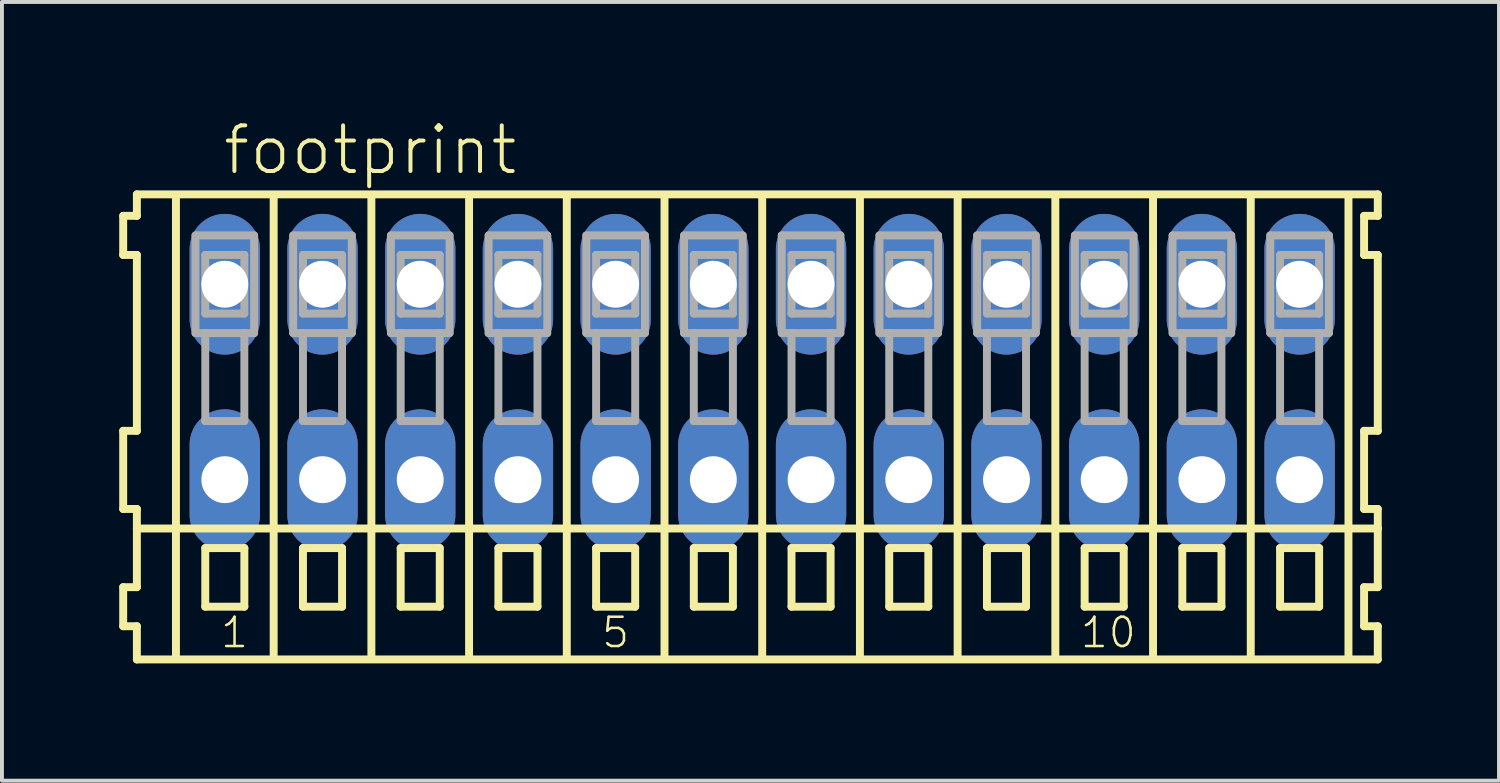
<source format=kicad_pcb>
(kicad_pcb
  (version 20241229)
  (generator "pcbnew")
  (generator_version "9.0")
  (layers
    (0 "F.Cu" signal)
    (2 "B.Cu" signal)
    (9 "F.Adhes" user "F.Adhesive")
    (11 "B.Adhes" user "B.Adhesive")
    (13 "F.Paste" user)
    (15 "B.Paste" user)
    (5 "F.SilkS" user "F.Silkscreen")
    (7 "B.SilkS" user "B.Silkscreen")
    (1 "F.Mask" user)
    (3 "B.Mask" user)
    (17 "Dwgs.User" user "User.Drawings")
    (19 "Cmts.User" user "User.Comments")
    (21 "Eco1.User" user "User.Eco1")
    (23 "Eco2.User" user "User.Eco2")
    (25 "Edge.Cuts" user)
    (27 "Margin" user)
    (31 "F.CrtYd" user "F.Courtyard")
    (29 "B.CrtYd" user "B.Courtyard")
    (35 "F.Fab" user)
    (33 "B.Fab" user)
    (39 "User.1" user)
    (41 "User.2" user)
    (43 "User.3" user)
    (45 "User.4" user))
  (footprint "footprint"
    (layer "F.Cu")
    (at 16.452 6.723)
    (property "Reference" "footprint" (at -13.85 -5.25 0) (layer "F.SilkS") (effects (font (size 1.168 1.168) (thickness 0.102)) (justify left bottom)))
    (fp_line (start -16.35 -4.25) (end -16.35 -3.25) (stroke (width 0.203) (type solid)) (layer "F.SilkS"))
    (fp_line (start -16.35 -3.25) (end -16 -3.25) (stroke (width 0.203) (type solid)) (layer "F.SilkS"))
    (fp_line (start -16.35 1.25) (end -16.35 3.25) (stroke (width 0.203) (type solid)) (layer "F.SilkS"))
    (fp_line (start -16.35 3.25) (end -16 3.25) (stroke (width 0.203) (type solid)) (layer "F.SilkS"))
    (fp_line (start -16.35 5.25) (end -16.35 6.25) (stroke (width 0.203) (type solid)) (layer "F.SilkS"))
    (fp_line (start -16.35 6.25) (end -16 6.25) (stroke (width 0.203) (type solid)) (layer "F.SilkS"))
    (fp_line (start -16 -4.8) (end -16 -4.25) (stroke (width 0.203) (type solid)) (layer "F.SilkS"))
    (fp_line (start -16 -4.25) (end -16.35 -4.25) (stroke (width 0.203) (type solid)) (layer "F.SilkS"))
    (fp_line (start -16 -3.25) (end -16 1.25) (stroke (width 0.203) (type solid)) (layer "F.SilkS"))
    (fp_line (start -16 1.25) (end -16.35 1.25) (stroke (width 0.203) (type solid)) (layer "F.SilkS"))
    (fp_line (start -16 3.25) (end -16 5.25) (stroke (width 0.203) (type solid)) (layer "F.SilkS"))
    (fp_line (start -16 3.75) (end 15.75 3.75) (stroke (width 0.203) (type solid)) (layer "F.SilkS"))
    (fp_line (start -16 5.25) (end -16.35 5.25) (stroke (width 0.203) (type solid)) (layer "F.SilkS"))
    (fp_line (start -16 6.25) (end -16 7.1) (stroke (width 0.203) (type solid)) (layer "F.SilkS"))
    (fp_line (start -16 7.1) (end 15.75 7.1) (stroke (width 0.203) (type solid)) (layer "F.SilkS"))
    (fp_line (start -15 -4.75) (end -15 7) (stroke (width 0.203) (type solid)) (layer "F.SilkS"))
    (fp_line (start -14.25 4.25) (end -14.25 5.75) (stroke (width 0.203) (type solid)) (layer "F.SilkS"))
    (fp_line (start -14.25 5.75) (end -13.25 5.75) (stroke (width 0.203) (type solid)) (layer "F.SilkS"))
    (fp_line (start -13.25 4.25) (end -14.25 4.25) (stroke (width 0.203) (type solid)) (layer "F.SilkS"))
    (fp_line (start -13.25 5.75) (end -13.25 4.25) (stroke (width 0.203) (type solid)) (layer "F.SilkS"))
    (fp_line (start -12.5 -4.75) (end -12.5 7) (stroke (width 0.203) (type solid)) (layer "F.SilkS"))
    (fp_line (start -11.75 4.25) (end -11.75 5.75) (stroke (width 0.203) (type solid)) (layer "F.SilkS"))
    (fp_line (start -11.75 5.75) (end -10.75 5.75) (stroke (width 0.203) (type solid)) (layer "F.SilkS"))
    (fp_line (start -10.75 4.25) (end -11.75 4.25) (stroke (width 0.203) (type solid)) (layer "F.SilkS"))
    (fp_line (start -10.75 5.75) (end -10.75 4.25) (stroke (width 0.203) (type solid)) (layer "F.SilkS"))
    (fp_line (start -10 -4.75) (end -10 7) (stroke (width 0.203) (type solid)) (layer "F.SilkS"))
    (fp_line (start -9.25 4.25) (end -9.25 5.75) (stroke (width 0.203) (type solid)) (layer "F.SilkS"))
    (fp_line (start -9.25 5.75) (end -8.25 5.75) (stroke (width 0.203) (type solid)) (layer "F.SilkS"))
    (fp_line (start -8.25 4.25) (end -9.25 4.25) (stroke (width 0.203) (type solid)) (layer "F.SilkS"))
    (fp_line (start -8.25 5.75) (end -8.25 4.25) (stroke (width 0.203) (type solid)) (layer "F.SilkS"))
    (fp_line (start -7.5 -4.75) (end -7.5 7) (stroke (width 0.203) (type solid)) (layer "F.SilkS"))
    (fp_line (start -6.75 4.25) (end -6.75 5.75) (stroke (width 0.203) (type solid)) (layer "F.SilkS"))
    (fp_line (start -6.75 5.75) (end -5.75 5.75) (stroke (width 0.203) (type solid)) (layer "F.SilkS"))
    (fp_line (start -5.75 4.25) (end -6.75 4.25) (stroke (width 0.203) (type solid)) (layer "F.SilkS"))
    (fp_line (start -5.75 5.75) (end -5.75 4.25) (stroke (width 0.203) (type solid)) (layer "F.SilkS"))
    (fp_line (start -5 -4.75) (end -5 7) (stroke (width 0.203) (type solid)) (layer "F.SilkS"))
    (fp_line (start -4.25 4.25) (end -4.25 5.75) (stroke (width 0.203) (type solid)) (layer "F.SilkS"))
    (fp_line (start -4.25 5.75) (end -3.25 5.75) (stroke (width 0.203) (type solid)) (layer "F.SilkS"))
    (fp_line (start -3.25 4.25) (end -4.25 4.25) (stroke (width 0.203) (type solid)) (layer "F.SilkS"))
    (fp_line (start -3.25 5.75) (end -3.25 4.25) (stroke (width 0.203) (type solid)) (layer "F.SilkS"))
    (fp_line (start -2.5 -4.75) (end -2.5 7) (stroke (width 0.203) (type solid)) (layer "F.SilkS"))
    (fp_line (start -1.75 4.25) (end -1.75 5.75) (stroke (width 0.203) (type solid)) (layer "F.SilkS"))
    (fp_line (start -1.75 5.75) (end -0.75 5.75) (stroke (width 0.203) (type solid)) (layer "F.SilkS"))
    (fp_line (start -0.75 4.25) (end -1.75 4.25) (stroke (width 0.203) (type solid)) (layer "F.SilkS"))
    (fp_line (start -0.75 5.75) (end -0.75 4.25) (stroke (width 0.203) (type solid)) (layer "F.SilkS"))
    (fp_line (start 0 -4.75) (end 0 7) (stroke (width 0.203) (type solid)) (layer "F.SilkS"))
    (fp_line (start 0.75 4.25) (end 0.75 5.75) (stroke (width 0.203) (type solid)) (layer "F.SilkS"))
    (fp_line (start 0.75 5.75) (end 1.75 5.75) (stroke (width 0.203) (type solid)) (layer "F.SilkS"))
    (fp_line (start 1.75 4.25) (end 0.75 4.25) (stroke (width 0.203) (type solid)) (layer "F.SilkS"))
    (fp_line (start 1.75 5.75) (end 1.75 4.25) (stroke (width 0.203) (type solid)) (layer "F.SilkS"))
    (fp_line (start 2.5 -4.75) (end 2.5 7) (stroke (width 0.203) (type solid)) (layer "F.SilkS"))
    (fp_line (start 3.25 4.25) (end 3.25 5.75) (stroke (width 0.203) (type solid)) (layer "F.SilkS"))
    (fp_line (start 3.25 5.75) (end 4.25 5.75) (stroke (width 0.203) (type solid)) (layer "F.SilkS"))
    (fp_line (start 4.25 4.25) (end 3.25 4.25) (stroke (width 0.203) (type solid)) (layer "F.SilkS"))
    (fp_line (start 4.25 5.75) (end 4.25 4.25) (stroke (width 0.203) (type solid)) (layer "F.SilkS"))
    (fp_line (start 5 -4.75) (end 5 7) (stroke (width 0.203) (type solid)) (layer "F.SilkS"))
    (fp_line (start 5.75 4.25) (end 5.75 5.75) (stroke (width 0.203) (type solid)) (layer "F.SilkS"))
    (fp_line (start 5.75 5.75) (end 6.75 5.75) (stroke (width 0.203) (type solid)) (layer "F.SilkS"))
    (fp_line (start 6.75 4.25) (end 5.75 4.25) (stroke (width 0.203) (type solid)) (layer "F.SilkS"))
    (fp_line (start 6.75 5.75) (end 6.75 4.25) (stroke (width 0.203) (type solid)) (layer "F.SilkS"))
    (fp_line (start 7.5 -4.75) (end 7.5 7) (stroke (width 0.203) (type solid)) (layer "F.SilkS"))
    (fp_line (start 8.25 4.25) (end 8.25 5.75) (stroke (width 0.203) (type solid)) (layer "F.SilkS"))
    (fp_line (start 8.25 5.75) (end 9.25 5.75) (stroke (width 0.203) (type solid)) (layer "F.SilkS"))
    (fp_line (start 9.25 4.25) (end 8.25 4.25) (stroke (width 0.203) (type solid)) (layer "F.SilkS"))
    (fp_line (start 9.25 5.75) (end 9.25 4.25) (stroke (width 0.203) (type solid)) (layer "F.SilkS"))
    (fp_line (start 10 -4.75) (end 10 7) (stroke (width 0.203) (type solid)) (layer "F.SilkS"))
    (fp_line (start 10.75 4.25) (end 10.75 5.75) (stroke (width 0.203) (type solid)) (layer "F.SilkS"))
    (fp_line (start 10.75 5.75) (end 11.75 5.75) (stroke (width 0.203) (type solid)) (layer "F.SilkS"))
    (fp_line (start 11.75 4.25) (end 10.75 4.25) (stroke (width 0.203) (type solid)) (layer "F.SilkS"))
    (fp_line (start 11.75 5.75) (end 11.75 4.25) (stroke (width 0.203) (type solid)) (layer "F.SilkS"))
    (fp_line (start 12.5 -4.75) (end 12.5 7) (stroke (width 0.203) (type solid)) (layer "F.SilkS"))
    (fp_line (start 13.25 4.25) (end 13.25 5.75) (stroke (width 0.203) (type solid)) (layer "F.SilkS"))
    (fp_line (start 13.25 5.75) (end 14.25 5.75) (stroke (width 0.203) (type solid)) (layer "F.SilkS"))
    (fp_line (start 14.25 4.25) (end 13.25 4.25) (stroke (width 0.203) (type solid)) (layer "F.SilkS"))
    (fp_line (start 14.25 5.75) (end 14.25 4.25) (stroke (width 0.203) (type solid)) (layer "F.SilkS"))
    (fp_line (start 15 -4.75) (end 15 7) (stroke (width 0.203) (type solid)) (layer "F.SilkS"))
    (fp_line (start 15.4 -4.25) (end 15.4 -3.25) (stroke (width 0.203) (type solid)) (layer "F.SilkS"))
    (fp_line (start 15.4 -3.25) (end 15.75 -3.25) (stroke (width 0.203) (type solid)) (layer "F.SilkS"))
    (fp_line (start 15.4 1.25) (end 15.4 3.25) (stroke (width 0.203) (type solid)) (layer "F.SilkS"))
    (fp_line (start 15.4 3.25) (end 15.75 3.25) (stroke (width 0.203) (type solid)) (layer "F.SilkS"))
    (fp_line (start 15.4 5.25) (end 15.4 6.25) (stroke (width 0.203) (type solid)) (layer "F.SilkS"))
    (fp_line (start 15.4 6.25) (end 15.75 6.25) (stroke (width 0.203) (type solid)) (layer "F.SilkS"))
    (fp_line (start 15.75 -4.8) (end -16 -4.8) (stroke (width 0.203) (type solid)) (layer "F.SilkS"))
    (fp_line (start 15.75 -4.25) (end 15.4 -4.25) (stroke (width 0.203) (type solid)) (layer "F.SilkS"))
    (fp_line (start 15.75 -4.25) (end 15.75 -4.8) (stroke (width 0.203) (type solid)) (layer "F.SilkS"))
    (fp_line (start 15.75 1.25) (end 15.4 1.25) (stroke (width 0.203) (type solid)) (layer "F.SilkS"))
    (fp_line (start 15.75 1.25) (end 15.75 -3.25) (stroke (width 0.203) (type solid)) (layer "F.SilkS"))
    (fp_line (start 15.75 3.75) (end 15.75 3.25) (stroke (width 0.203) (type solid)) (layer "F.SilkS"))
    (fp_line (start 15.75 5.25) (end 15.4 5.25) (stroke (width 0.203) (type solid)) (layer "F.SilkS"))
    (fp_line (start 15.75 5.25) (end 15.75 3.75) (stroke (width 0.203) (type solid)) (layer "F.SilkS"))
    (fp_line (start 15.75 7.1) (end 15.75 6.25) (stroke (width 0.203) (type solid)) (layer "F.SilkS"))
    (fp_line (start -14.5 -3.75) (end -14.5 -1.25) (stroke (width 0.203) (type solid)) (layer "F.Fab"))
    (fp_line (start -14.5 -1.25) (end -14.25 -1.25) (stroke (width 0.203) (type solid)) (layer "F.Fab"))
    (fp_line (start -14.25 -3.25) (end -14.25 -1.75) (stroke (width 0.203) (type solid)) (layer "F.Fab"))
    (fp_line (start -14.25 -1.75) (end -13.25 -1.75) (stroke (width 0.203) (type solid)) (layer "F.Fab"))
    (fp_line (start -14.25 -1.25) (end -14.25 1) (stroke (width 0.203) (type solid)) (layer "F.Fab"))
    (fp_line (start -14.25 -1.25) (end -13.25 -1.25) (stroke (width 0.203) (type solid)) (layer "F.Fab"))
    (fp_line (start -14.25 1) (end -13.25 1) (stroke (width 0.203) (type solid)) (layer "F.Fab"))
    (fp_line (start -13.25 -3.25) (end -14.25 -3.25) (stroke (width 0.203) (type solid)) (layer "F.Fab"))
    (fp_line (start -13.25 -1.75) (end -13.25 -3.25) (stroke (width 0.203) (type solid)) (layer "F.Fab"))
    (fp_line (start -13.25 -1.25) (end -13 -1.25) (stroke (width 0.203) (type solid)) (layer "F.Fab"))
    (fp_line (start -13.25 1) (end -13.25 -1.25) (stroke (width 0.203) (type solid)) (layer "F.Fab"))
    (fp_line (start -13 -3.75) (end -14.5 -3.75) (stroke (width 0.203) (type solid)) (layer "F.Fab"))
    (fp_line (start -13 -1.25) (end -13 -3.75) (stroke (width 0.203) (type solid)) (layer "F.Fab"))
    (fp_line (start -12 -3.75) (end -12 -1.25) (stroke (width 0.203) (type solid)) (layer "F.Fab"))
    (fp_line (start -12 -1.25) (end -11.75 -1.25) (stroke (width 0.203) (type solid)) (layer "F.Fab"))
    (fp_line (start -11.75 -3.25) (end -11.75 -1.75) (stroke (width 0.203) (type solid)) (layer "F.Fab"))
    (fp_line (start -11.75 -1.75) (end -10.75 -1.75) (stroke (width 0.203) (type solid)) (layer "F.Fab"))
    (fp_line (start -11.75 -1.25) (end -11.75 1) (stroke (width 0.203) (type solid)) (layer "F.Fab"))
    (fp_line (start -11.75 -1.25) (end -10.75 -1.25) (stroke (width 0.203) (type solid)) (layer "F.Fab"))
    (fp_line (start -11.75 1) (end -10.75 1) (stroke (width 0.203) (type solid)) (layer "F.Fab"))
    (fp_line (start -10.75 -3.25) (end -11.75 -3.25) (stroke (width 0.203) (type solid)) (layer "F.Fab"))
    (fp_line (start -10.75 -1.75) (end -10.75 -3.25) (stroke (width 0.203) (type solid)) (layer "F.Fab"))
    (fp_line (start -10.75 -1.25) (end -10.5 -1.25) (stroke (width 0.203) (type solid)) (layer "F.Fab"))
    (fp_line (start -10.75 1) (end -10.75 -1.25) (stroke (width 0.203) (type solid)) (layer "F.Fab"))
    (fp_line (start -10.5 -3.75) (end -12 -3.75) (stroke (width 0.203) (type solid)) (layer "F.Fab"))
    (fp_line (start -10.5 -1.25) (end -10.5 -3.75) (stroke (width 0.203) (type solid)) (layer "F.Fab"))
    (fp_line (start -9.5 -3.75) (end -9.5 -1.25) (stroke (width 0.203) (type solid)) (layer "F.Fab"))
    (fp_line (start -9.5 -1.25) (end -9.25 -1.25) (stroke (width 0.203) (type solid)) (layer "F.Fab"))
    (fp_line (start -9.25 -3.25) (end -9.25 -1.75) (stroke (width 0.203) (type solid)) (layer "F.Fab"))
    (fp_line (start -9.25 -1.75) (end -8.25 -1.75) (stroke (width 0.203) (type solid)) (layer "F.Fab"))
    (fp_line (start -9.25 -1.25) (end -9.25 1) (stroke (width 0.203) (type solid)) (layer "F.Fab"))
    (fp_line (start -9.25 -1.25) (end -8.25 -1.25) (stroke (width 0.203) (type solid)) (layer "F.Fab"))
    (fp_line (start -9.25 1) (end -8.25 1) (stroke (width 0.203) (type solid)) (layer "F.Fab"))
    (fp_line (start -8.25 -3.25) (end -9.25 -3.25) (stroke (width 0.203) (type solid)) (layer "F.Fab"))
    (fp_line (start -8.25 -1.75) (end -8.25 -3.25) (stroke (width 0.203) (type solid)) (layer "F.Fab"))
    (fp_line (start -8.25 -1.25) (end -8 -1.25) (stroke (width 0.203) (type solid)) (layer "F.Fab"))
    (fp_line (start -8.25 1) (end -8.25 -1.25) (stroke (width 0.203) (type solid)) (layer "F.Fab"))
    (fp_line (start -8 -3.75) (end -9.5 -3.75) (stroke (width 0.203) (type solid)) (layer "F.Fab"))
    (fp_line (start -8 -1.25) (end -8 -3.75) (stroke (width 0.203) (type solid)) (layer "F.Fab"))
    (fp_line (start -7 -3.75) (end -7 -1.25) (stroke (width 0.203) (type solid)) (layer "F.Fab"))
    (fp_line (start -7 -1.25) (end -6.75 -1.25) (stroke (width 0.203) (type solid)) (layer "F.Fab"))
    (fp_line (start -6.75 -3.25) (end -6.75 -1.75) (stroke (width 0.203) (type solid)) (layer "F.Fab"))
    (fp_line (start -6.75 -1.75) (end -5.75 -1.75) (stroke (width 0.203) (type solid)) (layer "F.Fab"))
    (fp_line (start -6.75 -1.25) (end -6.75 1) (stroke (width 0.203) (type solid)) (layer "F.Fab"))
    (fp_line (start -6.75 -1.25) (end -5.75 -1.25) (stroke (width 0.203) (type solid)) (layer "F.Fab"))
    (fp_line (start -6.75 1) (end -5.75 1) (stroke (width 0.203) (type solid)) (layer "F.Fab"))
    (fp_line (start -5.75 -3.25) (end -6.75 -3.25) (stroke (width 0.203) (type solid)) (layer "F.Fab"))
    (fp_line (start -5.75 -1.75) (end -5.75 -3.25) (stroke (width 0.203) (type solid)) (layer "F.Fab"))
    (fp_line (start -5.75 -1.25) (end -5.5 -1.25) (stroke (width 0.203) (type solid)) (layer "F.Fab"))
    (fp_line (start -5.75 1) (end -5.75 -1.25) (stroke (width 0.203) (type solid)) (layer "F.Fab"))
    (fp_line (start -5.5 -3.75) (end -7 -3.75) (stroke (width 0.203) (type solid)) (layer "F.Fab"))
    (fp_line (start -5.5 -1.25) (end -5.5 -3.75) (stroke (width 0.203) (type solid)) (layer "F.Fab"))
    (fp_line (start -4.5 -3.75) (end -4.5 -1.25) (stroke (width 0.203) (type solid)) (layer "F.Fab"))
    (fp_line (start -4.5 -1.25) (end -4.25 -1.25) (stroke (width 0.203) (type solid)) (layer "F.Fab"))
    (fp_line (start -4.25 -3.25) (end -4.25 -1.75) (stroke (width 0.203) (type solid)) (layer "F.Fab"))
    (fp_line (start -4.25 -1.75) (end -3.25 -1.75) (stroke (width 0.203) (type solid)) (layer "F.Fab"))
    (fp_line (start -4.25 -1.25) (end -4.25 1) (stroke (width 0.203) (type solid)) (layer "F.Fab"))
    (fp_line (start -4.25 -1.25) (end -3.25 -1.25) (stroke (width 0.203) (type solid)) (layer "F.Fab"))
    (fp_line (start -4.25 1) (end -3.25 1) (stroke (width 0.203) (type solid)) (layer "F.Fab"))
    (fp_line (start -3.25 -3.25) (end -4.25 -3.25) (stroke (width 0.203) (type solid)) (layer "F.Fab"))
    (fp_line (start -3.25 -1.75) (end -3.25 -3.25) (stroke (width 0.203) (type solid)) (layer "F.Fab"))
    (fp_line (start -3.25 -1.25) (end -3 -1.25) (stroke (width 0.203) (type solid)) (layer "F.Fab"))
    (fp_line (start -3.25 1) (end -3.25 -1.25) (stroke (width 0.203) (type solid)) (layer "F.Fab"))
    (fp_line (start -3 -3.75) (end -4.5 -3.75) (stroke (width 0.203) (type solid)) (layer "F.Fab"))
    (fp_line (start -3 -1.25) (end -3 -3.75) (stroke (width 0.203) (type solid)) (layer "F.Fab"))
    (fp_line (start -2 -3.75) (end -2 -1.25) (stroke (width 0.203) (type solid)) (layer "F.Fab"))
    (fp_line (start -2 -1.25) (end -1.75 -1.25) (stroke (width 0.203) (type solid)) (layer "F.Fab"))
    (fp_line (start -1.75 -3.25) (end -1.75 -1.75) (stroke (width 0.203) (type solid)) (layer "F.Fab"))
    (fp_line (start -1.75 -1.75) (end -0.75 -1.75) (stroke (width 0.203) (type solid)) (layer "F.Fab"))
    (fp_line (start -1.75 -1.25) (end -1.75 1) (stroke (width 0.203) (type solid)) (layer "F.Fab"))
    (fp_line (start -1.75 -1.25) (end -0.75 -1.25) (stroke (width 0.203) (type solid)) (layer "F.Fab"))
    (fp_line (start -1.75 1) (end -0.75 1) (stroke (width 0.203) (type solid)) (layer "F.Fab"))
    (fp_line (start -0.75 -3.25) (end -1.75 -3.25) (stroke (width 0.203) (type solid)) (layer "F.Fab"))
    (fp_line (start -0.75 -1.75) (end -0.75 -3.25) (stroke (width 0.203) (type solid)) (layer "F.Fab"))
    (fp_line (start -0.75 -1.25) (end -0.5 -1.25) (stroke (width 0.203) (type solid)) (layer "F.Fab"))
    (fp_line (start -0.75 1) (end -0.75 -1.25) (stroke (width 0.203) (type solid)) (layer "F.Fab"))
    (fp_line (start -0.5 -3.75) (end -2 -3.75) (stroke (width 0.203) (type solid)) (layer "F.Fab"))
    (fp_line (start -0.5 -1.25) (end -0.5 -3.75) (stroke (width 0.203) (type solid)) (layer "F.Fab"))
    (fp_line (start 0.5 -3.75) (end 0.5 -1.25) (stroke (width 0.203) (type solid)) (layer "F.Fab"))
    (fp_line (start 0.5 -1.25) (end 0.75 -1.25) (stroke (width 0.203) (type solid)) (layer "F.Fab"))
    (fp_line (start 0.75 -3.25) (end 0.75 -1.75) (stroke (width 0.203) (type solid)) (layer "F.Fab"))
    (fp_line (start 0.75 -1.75) (end 1.75 -1.75) (stroke (width 0.203) (type solid)) (layer "F.Fab"))
    (fp_line (start 0.75 -1.25) (end 0.75 1) (stroke (width 0.203) (type solid)) (layer "F.Fab"))
    (fp_line (start 0.75 -1.25) (end 1.75 -1.25) (stroke (width 0.203) (type solid)) (layer "F.Fab"))
    (fp_line (start 0.75 1) (end 1.75 1) (stroke (width 0.203) (type solid)) (layer "F.Fab"))
    (fp_line (start 1.75 -3.25) (end 0.75 -3.25) (stroke (width 0.203) (type solid)) (layer "F.Fab"))
    (fp_line (start 1.75 -1.75) (end 1.75 -3.25) (stroke (width 0.203) (type solid)) (layer "F.Fab"))
    (fp_line (start 1.75 -1.25) (end 2 -1.25) (stroke (width 0.203) (type solid)) (layer "F.Fab"))
    (fp_line (start 1.75 1) (end 1.75 -1.25) (stroke (width 0.203) (type solid)) (layer "F.Fab"))
    (fp_line (start 2 -3.75) (end 0.5 -3.75) (stroke (width 0.203) (type solid)) (layer "F.Fab"))
    (fp_line (start 2 -1.25) (end 2 -3.75) (stroke (width 0.203) (type solid)) (layer "F.Fab"))
    (fp_line (start 3 -3.75) (end 3 -1.25) (stroke (width 0.203) (type solid)) (layer "F.Fab"))
    (fp_line (start 3 -1.25) (end 3.25 -1.25) (stroke (width 0.203) (type solid)) (layer "F.Fab"))
    (fp_line (start 3.25 -3.25) (end 3.25 -1.75) (stroke (width 0.203) (type solid)) (layer "F.Fab"))
    (fp_line (start 3.25 -1.75) (end 4.25 -1.75) (stroke (width 0.203) (type solid)) (layer "F.Fab"))
    (fp_line (start 3.25 -1.25) (end 3.25 1) (stroke (width 0.203) (type solid)) (layer "F.Fab"))
    (fp_line (start 3.25 -1.25) (end 4.25 -1.25) (stroke (width 0.203) (type solid)) (layer "F.Fab"))
    (fp_line (start 3.25 1) (end 4.25 1) (stroke (width 0.203) (type solid)) (layer "F.Fab"))
    (fp_line (start 4.25 -3.25) (end 3.25 -3.25) (stroke (width 0.203) (type solid)) (layer "F.Fab"))
    (fp_line (start 4.25 -1.75) (end 4.25 -3.25) (stroke (width 0.203) (type solid)) (layer "F.Fab"))
    (fp_line (start 4.25 -1.25) (end 4.5 -1.25) (stroke (width 0.203) (type solid)) (layer "F.Fab"))
    (fp_line (start 4.25 1) (end 4.25 -1.25) (stroke (width 0.203) (type solid)) (layer "F.Fab"))
    (fp_line (start 4.5 -3.75) (end 3 -3.75) (stroke (width 0.203) (type solid)) (layer "F.Fab"))
    (fp_line (start 4.5 -1.25) (end 4.5 -3.75) (stroke (width 0.203) (type solid)) (layer "F.Fab"))
    (fp_line (start 5.5 -3.75) (end 5.5 -1.25) (stroke (width 0.203) (type solid)) (layer "F.Fab"))
    (fp_line (start 5.5 -1.25) (end 5.75 -1.25) (stroke (width 0.203) (type solid)) (layer "F.Fab"))
    (fp_line (start 5.75 -3.25) (end 5.75 -1.75) (stroke (width 0.203) (type solid)) (layer "F.Fab"))
    (fp_line (start 5.75 -1.75) (end 6.75 -1.75) (stroke (width 0.203) (type solid)) (layer "F.Fab"))
    (fp_line (start 5.75 -1.25) (end 5.75 1) (stroke (width 0.203) (type solid)) (layer "F.Fab"))
    (fp_line (start 5.75 -1.25) (end 6.75 -1.25) (stroke (width 0.203) (type solid)) (layer "F.Fab"))
    (fp_line (start 5.75 1) (end 6.75 1) (stroke (width 0.203) (type solid)) (layer "F.Fab"))
    (fp_line (start 6.75 -3.25) (end 5.75 -3.25) (stroke (width 0.203) (type solid)) (layer "F.Fab"))
    (fp_line (start 6.75 -1.75) (end 6.75 -3.25) (stroke (width 0.203) (type solid)) (layer "F.Fab"))
    (fp_line (start 6.75 -1.25) (end 7 -1.25) (stroke (width 0.203) (type solid)) (layer "F.Fab"))
    (fp_line (start 6.75 1) (end 6.75 -1.25) (stroke (width 0.203) (type solid)) (layer "F.Fab"))
    (fp_line (start 7 -3.75) (end 5.5 -3.75) (stroke (width 0.203) (type solid)) (layer "F.Fab"))
    (fp_line (start 7 -1.25) (end 7 -3.75) (stroke (width 0.203) (type solid)) (layer "F.Fab"))
    (fp_line (start 8 -3.75) (end 8 -1.25) (stroke (width 0.203) (type solid)) (layer "F.Fab"))
    (fp_line (start 8 -1.25) (end 8.25 -1.25) (stroke (width 0.203) (type solid)) (layer "F.Fab"))
    (fp_line (start 8.25 -3.25) (end 8.25 -1.75) (stroke (width 0.203) (type solid)) (layer "F.Fab"))
    (fp_line (start 8.25 -1.75) (end 9.25 -1.75) (stroke (width 0.203) (type solid)) (layer "F.Fab"))
    (fp_line (start 8.25 -1.25) (end 8.25 1) (stroke (width 0.203) (type solid)) (layer "F.Fab"))
    (fp_line (start 8.25 -1.25) (end 9.25 -1.25) (stroke (width 0.203) (type solid)) (layer "F.Fab"))
    (fp_line (start 8.25 1) (end 9.25 1) (stroke (width 0.203) (type solid)) (layer "F.Fab"))
    (fp_line (start 9.25 -3.25) (end 8.25 -3.25) (stroke (width 0.203) (type solid)) (layer "F.Fab"))
    (fp_line (start 9.25 -1.75) (end 9.25 -3.25) (stroke (width 0.203) (type solid)) (layer "F.Fab"))
    (fp_line (start 9.25 -1.25) (end 9.5 -1.25) (stroke (width 0.203) (type solid)) (layer "F.Fab"))
    (fp_line (start 9.25 1) (end 9.25 -1.25) (stroke (width 0.203) (type solid)) (layer "F.Fab"))
    (fp_line (start 9.5 -3.75) (end 8 -3.75) (stroke (width 0.203) (type solid)) (layer "F.Fab"))
    (fp_line (start 9.5 -1.25) (end 9.5 -3.75) (stroke (width 0.203) (type solid)) (layer "F.Fab"))
    (fp_line (start 10.5 -3.75) (end 10.5 -1.25) (stroke (width 0.203) (type solid)) (layer "F.Fab"))
    (fp_line (start 10.5 -1.25) (end 10.75 -1.25) (stroke (width 0.203) (type solid)) (layer "F.Fab"))
    (fp_line (start 10.75 -3.25) (end 10.75 -1.75) (stroke (width 0.203) (type solid)) (layer "F.Fab"))
    (fp_line (start 10.75 -1.75) (end 11.75 -1.75) (stroke (width 0.203) (type solid)) (layer "F.Fab"))
    (fp_line (start 10.75 -1.25) (end 10.75 1) (stroke (width 0.203) (type solid)) (layer "F.Fab"))
    (fp_line (start 10.75 -1.25) (end 11.75 -1.25) (stroke (width 0.203) (type solid)) (layer "F.Fab"))
    (fp_line (start 10.75 1) (end 11.75 1) (stroke (width 0.203) (type solid)) (layer "F.Fab"))
    (fp_line (start 11.75 -3.25) (end 10.75 -3.25) (stroke (width 0.203) (type solid)) (layer "F.Fab"))
    (fp_line (start 11.75 -1.75) (end 11.75 -3.25) (stroke (width 0.203) (type solid)) (layer "F.Fab"))
    (fp_line (start 11.75 -1.25) (end 12 -1.25) (stroke (width 0.203) (type solid)) (layer "F.Fab"))
    (fp_line (start 11.75 1) (end 11.75 -1.25) (stroke (width 0.203) (type solid)) (layer "F.Fab"))
    (fp_line (start 12 -3.75) (end 10.5 -3.75) (stroke (width 0.203) (type solid)) (layer "F.Fab"))
    (fp_line (start 12 -1.25) (end 12 -3.75) (stroke (width 0.203) (type solid)) (layer "F.Fab"))
    (fp_line (start 13 -3.75) (end 13 -1.25) (stroke (width 0.203) (type solid)) (layer "F.Fab"))
    (fp_line (start 13 -1.25) (end 13.25 -1.25) (stroke (width 0.203) (type solid)) (layer "F.Fab"))
    (fp_line (start 13.25 -3.25) (end 13.25 -1.75) (stroke (width 0.203) (type solid)) (layer "F.Fab"))
    (fp_line (start 13.25 -1.75) (end 14.25 -1.75) (stroke (width 0.203) (type solid)) (layer "F.Fab"))
    (fp_line (start 13.25 -1.25) (end 13.25 1) (stroke (width 0.203) (type solid)) (layer "F.Fab"))
    (fp_line (start 13.25 -1.25) (end 14.25 -1.25) (stroke (width 0.203) (type solid)) (layer "F.Fab"))
    (fp_line (start 13.25 1) (end 14.25 1) (stroke (width 0.203) (type solid)) (layer "F.Fab"))
    (fp_line (start 14.25 -3.25) (end 13.25 -3.25) (stroke (width 0.203) (type solid)) (layer "F.Fab"))
    (fp_line (start 14.25 -1.75) (end 14.25 -3.25) (stroke (width 0.203) (type solid)) (layer "F.Fab"))
    (fp_line (start 14.25 -1.25) (end 14.5 -1.25) (stroke (width 0.203) (type solid)) (layer "F.Fab"))
    (fp_line (start 14.25 1) (end 14.25 -1.25) (stroke (width 0.203) (type solid)) (layer "F.Fab"))
    (fp_line (start 14.5 -3.75) (end 13 -3.75) (stroke (width 0.203) (type solid)) (layer "F.Fab"))
    (fp_line (start 14.5 -1.25) (end 14.5 -3.75) (stroke (width 0.203) (type solid)) (layer "F.Fab"))
    (fp_text user "5" (at -4.15 6.85 0) (layer "F.SilkS") (effects (font (size 0.748 0.748) (thickness 0.065)) (justify left bottom)))
    (fp_text user "10" (at 8.1 6.85 0) (layer "F.SilkS") (effects (font (size 0.748 0.748) (thickness 0.065)) (justify left bottom)))
    (fp_text user "1" (at -13.9 6.85 0) (layer "F.SilkS") (effects (font (size 0.748 0.748) (thickness 0.065)) (justify left bottom)))
    (pad "A1" thru_hole oval (at -13.75 -2.5 90) (size 3.6 1.8) (drill 1.2) (layers "*.Cu" "*.Mask"))
    (pad "A2" thru_hole oval (at -11.25 -2.5 90) (size 3.6 1.8) (drill 1.2) (layers "*.Cu" "*.Mask"))
    (pad "A3" thru_hole oval (at -8.75 -2.5 90) (size 3.6 1.8) (drill 1.2) (layers "*.Cu" "*.Mask"))
    (pad "A4" thru_hole oval (at -6.25 -2.5 90) (size 3.6 1.8) (drill 1.2) (layers "*.Cu" "*.Mask"))
    (pad "A5" thru_hole oval (at -3.75 -2.5 90) (size 3.6 1.8) (drill 1.2) (layers "*.Cu" "*.Mask"))
    (pad "A6" thru_hole oval (at -1.25 -2.5 90) (size 3.6 1.8) (drill 1.2) (layers "*.Cu" "*.Mask"))
    (pad "A7" thru_hole oval (at 1.25 -2.5 90) (size 3.6 1.8) (drill 1.2) (layers "*.Cu" "*.Mask"))
    (pad "A8" thru_hole oval (at 3.75 -2.5 90) (size 3.6 1.8) (drill 1.2) (layers "*.Cu" "*.Mask"))
    (pad "A9" thru_hole oval (at 6.25 -2.5 90) (size 3.6 1.8) (drill 1.2) (layers "*.Cu" "*.Mask"))
    (pad "A10" thru_hole oval (at 8.75 -2.5 90) (size 3.6 1.8) (drill 1.2) (layers "*.Cu" "*.Mask"))
    (pad "A11" thru_hole oval (at 11.25 -2.5 90) (size 3.6 1.8) (drill 1.2) (layers "*.Cu" "*.Mask"))
    (pad "A12" thru_hole oval (at 13.75 -2.5 90) (size 3.6 1.8) (drill 1.2) (layers "*.Cu" "*.Mask"))
    (pad "B1" thru_hole oval (at -13.75 2.5 90) (size 3.6 1.8) (drill 1.2) (layers "*.Cu" "*.Mask"))
    (pad "B2" thru_hole oval (at -11.25 2.5 90) (size 3.6 1.8) (drill 1.2) (layers "*.Cu" "*.Mask"))
    (pad "B3" thru_hole oval (at -8.75 2.5 90) (size 3.6 1.8) (drill 1.2) (layers "*.Cu" "*.Mask"))
    (pad "B4" thru_hole oval (at -6.25 2.5 90) (size 3.6 1.8) (drill 1.2) (layers "*.Cu" "*.Mask"))
    (pad "B5" thru_hole oval (at -3.75 2.5 90) (size 3.6 1.8) (drill 1.2) (layers "*.Cu" "*.Mask"))
    (pad "B6" thru_hole oval (at -1.25 2.5 90) (size 3.6 1.8) (drill 1.2) (layers "*.Cu" "*.Mask"))
    (pad "B7" thru_hole oval (at 1.25 2.5 90) (size 3.6 1.8) (drill 1.2) (layers "*.Cu" "*.Mask"))
    (pad "B8" thru_hole oval (at 3.75 2.5 90) (size 3.6 1.8) (drill 1.2) (layers "*.Cu" "*.Mask"))
    (pad "B9" thru_hole oval (at 6.25 2.5 90) (size 3.6 1.8) (drill 1.2) (layers "*.Cu" "*.Mask"))
    (pad "B10" thru_hole oval (at 8.75 2.5 90) (size 3.6 1.8) (drill 1.2) (layers "*.Cu" "*.Mask"))
    (pad "B11" thru_hole oval (at 11.25 2.5 90) (size 3.6 1.8) (drill 1.2) (layers "*.Cu" "*.Mask"))
    (pad "B12" thru_hole oval (at 13.75 2.5 90) (size 3.6 1.8) (drill 1.2) (layers "*.Cu" "*.Mask")))
  (gr_rect
    (start -3 -3)
    (end 35.303 16.925)
    (stroke (width 0.1) (type default))
    (fill no)
    (layer "Edge.Cuts")))
</source>
